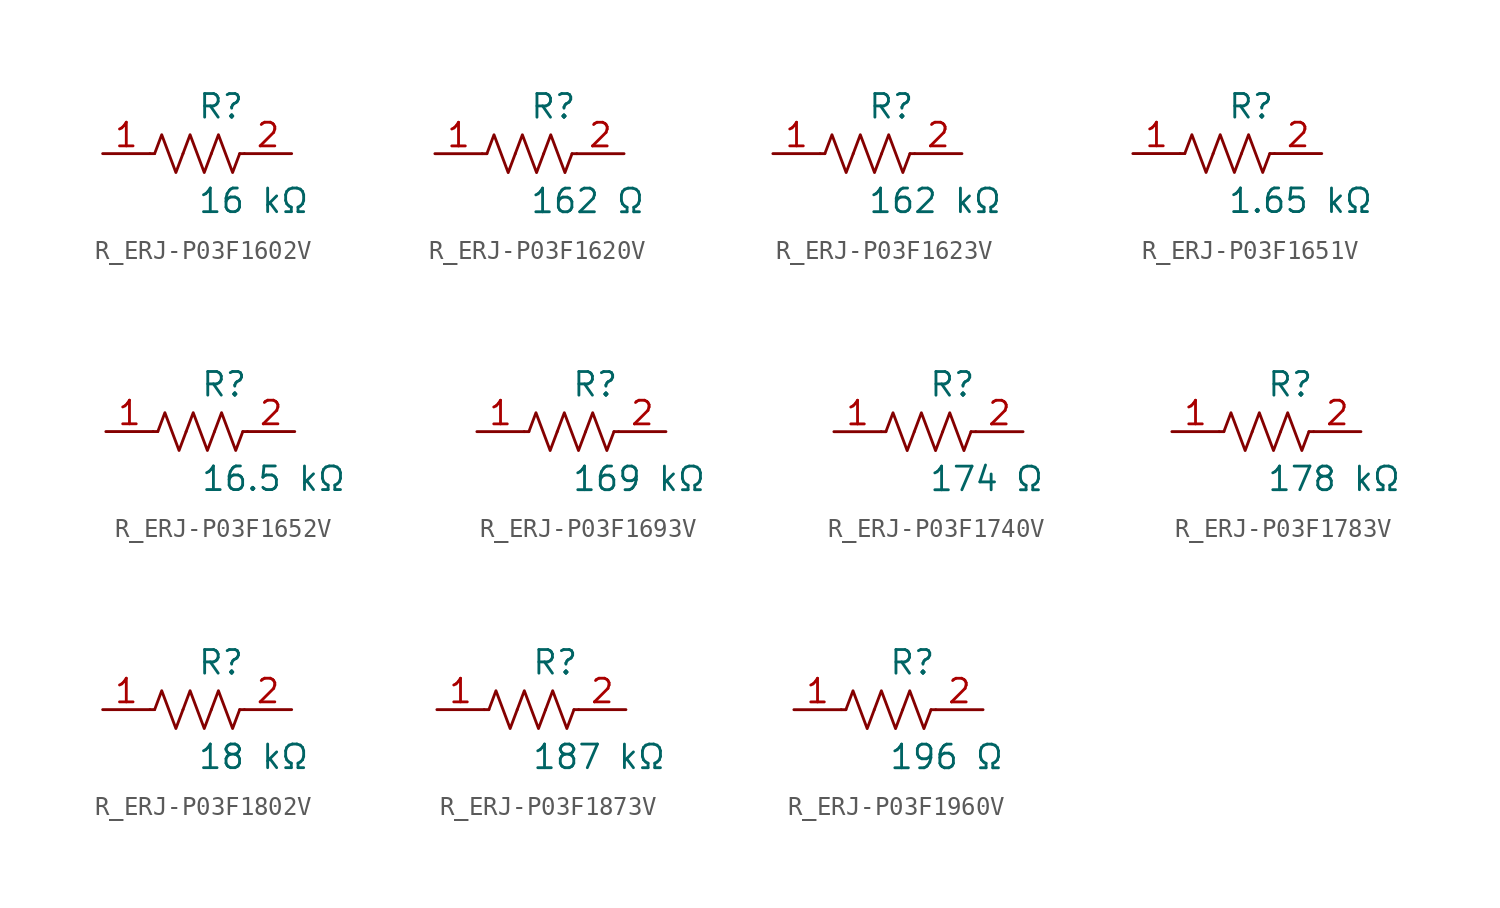
<source format=kicad_sym>
(kicad_symbol_lib
  (version 20231120)
  (generator kicad_symbol_editor)
  (generator_version 8.0)
  (symbol "R_ERJ-P03F1602V"
    (pin_names
      (offset 0.254))
    (property "Reference" "R"
      (at 0.0 2.54 0)
      (effects (font (size 1.27 1.27)) (justify left)))
    (property "Value" "16 kΩ"
      (at 0.0 -2.54 0)
      (effects (font (size 1.27 1.27)) (justify left)))
    (symbol "R_ERJ-P03F1602V_0_1"
      (polyline (pts (xy 2.286 0) (xy 2.54 0)) (stroke (width 0) (type default)) (fill (type none)))
      (polyline (pts (xy -2.286 0) (xy -2.54 0)) (stroke (width 0) (type default)) (fill (type none)))
      (polyline (pts (xy 0.762 0) (xy 1.143 1.016) (xy 1.524 0) (xy 1.905 -1.016) (xy 2.286 0)) (stroke (width 0) (type default)) (fill (type none)))
      (polyline (pts (xy -0.762 0) (xy -0.381 1.016) (xy 0 0) (xy 0.381 -1.016) (xy 0.762 0)) (stroke (width 0) (type default)) (fill (type none)))
      (polyline (pts (xy -2.286 0) (xy -1.905 1.016) (xy -1.524 0) (xy -1.143 -1.016) (xy -0.762 0)) (stroke (width 0) (type default)) (fill (type none))))
    (pin unspecified line
      (at -5.08 0 0)
      (length 2.54)
      (name "" (effects (font (size 1.27 1.27))))
      (number "1" (effects (font (size 1.27 1.27)))))
    (pin unspecified line
      (at 5.08 0 180)
      (length 2.54)
      (name "" (effects (font (size 1.27 1.27))))
      (number "2" (effects (font (size 1.27 1.27))))))
  (symbol "R_ERJ-P03F1620V"
    (pin_names
      (offset 0.254))
    (property "Reference" "R"
      (at 0.0 2.54 0)
      (effects (font (size 1.27 1.27)) (justify left)))
    (property "Value" "162 Ω"
      (at 0.0 -2.54 0)
      (effects (font (size 1.27 1.27)) (justify left)))
    (symbol "R_ERJ-P03F1620V_0_1"
      (polyline (pts (xy 2.286 0) (xy 2.54 0)) (stroke (width 0) (type default)) (fill (type none)))
      (polyline (pts (xy -2.286 0) (xy -2.54 0)) (stroke (width 0) (type default)) (fill (type none)))
      (polyline (pts (xy 0.762 0) (xy 1.143 1.016) (xy 1.524 0) (xy 1.905 -1.016) (xy 2.286 0)) (stroke (width 0) (type default)) (fill (type none)))
      (polyline (pts (xy -0.762 0) (xy -0.381 1.016) (xy 0 0) (xy 0.381 -1.016) (xy 0.762 0)) (stroke (width 0) (type default)) (fill (type none)))
      (polyline (pts (xy -2.286 0) (xy -1.905 1.016) (xy -1.524 0) (xy -1.143 -1.016) (xy -0.762 0)) (stroke (width 0) (type default)) (fill (type none))))
    (pin unspecified line
      (at -5.08 0 0)
      (length 2.54)
      (name "" (effects (font (size 1.27 1.27))))
      (number "1" (effects (font (size 1.27 1.27)))))
    (pin unspecified line
      (at 5.08 0 180)
      (length 2.54)
      (name "" (effects (font (size 1.27 1.27))))
      (number "2" (effects (font (size 1.27 1.27))))))
  (symbol "R_ERJ-P03F1623V"
    (pin_names
      (offset 0.254))
    (property "Reference" "R"
      (at 0.0 2.54 0)
      (effects (font (size 1.27 1.27)) (justify left)))
    (property "Value" "162 kΩ"
      (at 0.0 -2.54 0)
      (effects (font (size 1.27 1.27)) (justify left)))
    (symbol "R_ERJ-P03F1623V_0_1"
      (polyline (pts (xy 2.286 0) (xy 2.54 0)) (stroke (width 0) (type default)) (fill (type none)))
      (polyline (pts (xy -2.286 0) (xy -2.54 0)) (stroke (width 0) (type default)) (fill (type none)))
      (polyline (pts (xy 0.762 0) (xy 1.143 1.016) (xy 1.524 0) (xy 1.905 -1.016) (xy 2.286 0)) (stroke (width 0) (type default)) (fill (type none)))
      (polyline (pts (xy -0.762 0) (xy -0.381 1.016) (xy 0 0) (xy 0.381 -1.016) (xy 0.762 0)) (stroke (width 0) (type default)) (fill (type none)))
      (polyline (pts (xy -2.286 0) (xy -1.905 1.016) (xy -1.524 0) (xy -1.143 -1.016) (xy -0.762 0)) (stroke (width 0) (type default)) (fill (type none))))
    (pin unspecified line
      (at -5.08 0 0)
      (length 2.54)
      (name "" (effects (font (size 1.27 1.27))))
      (number "1" (effects (font (size 1.27 1.27)))))
    (pin unspecified line
      (at 5.08 0 180)
      (length 2.54)
      (name "" (effects (font (size 1.27 1.27))))
      (number "2" (effects (font (size 1.27 1.27))))))
  (symbol "R_ERJ-P03F1651V"
    (pin_names
      (offset 0.254))
    (property "Reference" "R"
      (at 0.0 2.54 0)
      (effects (font (size 1.27 1.27)) (justify left)))
    (property "Value" "1.65 kΩ"
      (at 0.0 -2.54 0)
      (effects (font (size 1.27 1.27)) (justify left)))
    (symbol "R_ERJ-P03F1651V_0_1"
      (polyline (pts (xy 2.286 0) (xy 2.54 0)) (stroke (width 0) (type default)) (fill (type none)))
      (polyline (pts (xy -2.286 0) (xy -2.54 0)) (stroke (width 0) (type default)) (fill (type none)))
      (polyline (pts (xy 0.762 0) (xy 1.143 1.016) (xy 1.524 0) (xy 1.905 -1.016) (xy 2.286 0)) (stroke (width 0) (type default)) (fill (type none)))
      (polyline (pts (xy -0.762 0) (xy -0.381 1.016) (xy 0 0) (xy 0.381 -1.016) (xy 0.762 0)) (stroke (width 0) (type default)) (fill (type none)))
      (polyline (pts (xy -2.286 0) (xy -1.905 1.016) (xy -1.524 0) (xy -1.143 -1.016) (xy -0.762 0)) (stroke (width 0) (type default)) (fill (type none))))
    (pin unspecified line
      (at -5.08 0 0)
      (length 2.54)
      (name "" (effects (font (size 1.27 1.27))))
      (number "1" (effects (font (size 1.27 1.27)))))
    (pin unspecified line
      (at 5.08 0 180)
      (length 2.54)
      (name "" (effects (font (size 1.27 1.27))))
      (number "2" (effects (font (size 1.27 1.27))))))
  (symbol "R_ERJ-P03F1652V"
    (pin_names
      (offset 0.254))
    (property "Reference" "R"
      (at 0.0 2.54 0)
      (effects (font (size 1.27 1.27)) (justify left)))
    (property "Value" "16.5 kΩ"
      (at 0.0 -2.54 0)
      (effects (font (size 1.27 1.27)) (justify left)))
    (symbol "R_ERJ-P03F1652V_0_1"
      (polyline (pts (xy 2.286 0) (xy 2.54 0)) (stroke (width 0) (type default)) (fill (type none)))
      (polyline (pts (xy -2.286 0) (xy -2.54 0)) (stroke (width 0) (type default)) (fill (type none)))
      (polyline (pts (xy 0.762 0) (xy 1.143 1.016) (xy 1.524 0) (xy 1.905 -1.016) (xy 2.286 0)) (stroke (width 0) (type default)) (fill (type none)))
      (polyline (pts (xy -0.762 0) (xy -0.381 1.016) (xy 0 0) (xy 0.381 -1.016) (xy 0.762 0)) (stroke (width 0) (type default)) (fill (type none)))
      (polyline (pts (xy -2.286 0) (xy -1.905 1.016) (xy -1.524 0) (xy -1.143 -1.016) (xy -0.762 0)) (stroke (width 0) (type default)) (fill (type none))))
    (pin unspecified line
      (at -5.08 0 0)
      (length 2.54)
      (name "" (effects (font (size 1.27 1.27))))
      (number "1" (effects (font (size 1.27 1.27)))))
    (pin unspecified line
      (at 5.08 0 180)
      (length 2.54)
      (name "" (effects (font (size 1.27 1.27))))
      (number "2" (effects (font (size 1.27 1.27))))))
  (symbol "R_ERJ-P03F1693V"
    (pin_names
      (offset 0.254))
    (property "Reference" "R"
      (at 0.0 2.54 0)
      (effects (font (size 1.27 1.27)) (justify left)))
    (property "Value" "169 kΩ"
      (at 0.0 -2.54 0)
      (effects (font (size 1.27 1.27)) (justify left)))
    (symbol "R_ERJ-P03F1693V_0_1"
      (polyline (pts (xy 2.286 0) (xy 2.54 0)) (stroke (width 0) (type default)) (fill (type none)))
      (polyline (pts (xy -2.286 0) (xy -2.54 0)) (stroke (width 0) (type default)) (fill (type none)))
      (polyline (pts (xy 0.762 0) (xy 1.143 1.016) (xy 1.524 0) (xy 1.905 -1.016) (xy 2.286 0)) (stroke (width 0) (type default)) (fill (type none)))
      (polyline (pts (xy -0.762 0) (xy -0.381 1.016) (xy 0 0) (xy 0.381 -1.016) (xy 0.762 0)) (stroke (width 0) (type default)) (fill (type none)))
      (polyline (pts (xy -2.286 0) (xy -1.905 1.016) (xy -1.524 0) (xy -1.143 -1.016) (xy -0.762 0)) (stroke (width 0) (type default)) (fill (type none))))
    (pin unspecified line
      (at -5.08 0 0)
      (length 2.54)
      (name "" (effects (font (size 1.27 1.27))))
      (number "1" (effects (font (size 1.27 1.27)))))
    (pin unspecified line
      (at 5.08 0 180)
      (length 2.54)
      (name "" (effects (font (size 1.27 1.27))))
      (number "2" (effects (font (size 1.27 1.27))))))
  (symbol "R_ERJ-P03F1740V"
    (pin_names
      (offset 0.254))
    (property "Reference" "R"
      (at 0.0 2.54 0)
      (effects (font (size 1.27 1.27)) (justify left)))
    (property "Value" "174 Ω"
      (at 0.0 -2.54 0)
      (effects (font (size 1.27 1.27)) (justify left)))
    (symbol "R_ERJ-P03F1740V_0_1"
      (polyline (pts (xy 2.286 0) (xy 2.54 0)) (stroke (width 0) (type default)) (fill (type none)))
      (polyline (pts (xy -2.286 0) (xy -2.54 0)) (stroke (width 0) (type default)) (fill (type none)))
      (polyline (pts (xy 0.762 0) (xy 1.143 1.016) (xy 1.524 0) (xy 1.905 -1.016) (xy 2.286 0)) (stroke (width 0) (type default)) (fill (type none)))
      (polyline (pts (xy -0.762 0) (xy -0.381 1.016) (xy 0 0) (xy 0.381 -1.016) (xy 0.762 0)) (stroke (width 0) (type default)) (fill (type none)))
      (polyline (pts (xy -2.286 0) (xy -1.905 1.016) (xy -1.524 0) (xy -1.143 -1.016) (xy -0.762 0)) (stroke (width 0) (type default)) (fill (type none))))
    (pin unspecified line
      (at -5.08 0 0)
      (length 2.54)
      (name "" (effects (font (size 1.27 1.27))))
      (number "1" (effects (font (size 1.27 1.27)))))
    (pin unspecified line
      (at 5.08 0 180)
      (length 2.54)
      (name "" (effects (font (size 1.27 1.27))))
      (number "2" (effects (font (size 1.27 1.27))))))
  (symbol "R_ERJ-P03F1783V"
    (pin_names
      (offset 0.254))
    (property "Reference" "R"
      (at 0.0 2.54 0)
      (effects (font (size 1.27 1.27)) (justify left)))
    (property "Value" "178 kΩ"
      (at 0.0 -2.54 0)
      (effects (font (size 1.27 1.27)) (justify left)))
    (symbol "R_ERJ-P03F1783V_0_1"
      (polyline (pts (xy 2.286 0) (xy 2.54 0)) (stroke (width 0) (type default)) (fill (type none)))
      (polyline (pts (xy -2.286 0) (xy -2.54 0)) (stroke (width 0) (type default)) (fill (type none)))
      (polyline (pts (xy 0.762 0) (xy 1.143 1.016) (xy 1.524 0) (xy 1.905 -1.016) (xy 2.286 0)) (stroke (width 0) (type default)) (fill (type none)))
      (polyline (pts (xy -0.762 0) (xy -0.381 1.016) (xy 0 0) (xy 0.381 -1.016) (xy 0.762 0)) (stroke (width 0) (type default)) (fill (type none)))
      (polyline (pts (xy -2.286 0) (xy -1.905 1.016) (xy -1.524 0) (xy -1.143 -1.016) (xy -0.762 0)) (stroke (width 0) (type default)) (fill (type none))))
    (pin unspecified line
      (at -5.08 0 0)
      (length 2.54)
      (name "" (effects (font (size 1.27 1.27))))
      (number "1" (effects (font (size 1.27 1.27)))))
    (pin unspecified line
      (at 5.08 0 180)
      (length 2.54)
      (name "" (effects (font (size 1.27 1.27))))
      (number "2" (effects (font (size 1.27 1.27))))))
  (symbol "R_ERJ-P03F1802V"
    (pin_names
      (offset 0.254))
    (property "Reference" "R"
      (at 0.0 2.54 0)
      (effects (font (size 1.27 1.27)) (justify left)))
    (property "Value" "18 kΩ"
      (at 0.0 -2.54 0)
      (effects (font (size 1.27 1.27)) (justify left)))
    (symbol "R_ERJ-P03F1802V_0_1"
      (polyline (pts (xy 2.286 0) (xy 2.54 0)) (stroke (width 0) (type default)) (fill (type none)))
      (polyline (pts (xy -2.286 0) (xy -2.54 0)) (stroke (width 0) (type default)) (fill (type none)))
      (polyline (pts (xy 0.762 0) (xy 1.143 1.016) (xy 1.524 0) (xy 1.905 -1.016) (xy 2.286 0)) (stroke (width 0) (type default)) (fill (type none)))
      (polyline (pts (xy -0.762 0) (xy -0.381 1.016) (xy 0 0) (xy 0.381 -1.016) (xy 0.762 0)) (stroke (width 0) (type default)) (fill (type none)))
      (polyline (pts (xy -2.286 0) (xy -1.905 1.016) (xy -1.524 0) (xy -1.143 -1.016) (xy -0.762 0)) (stroke (width 0) (type default)) (fill (type none))))
    (pin unspecified line
      (at -5.08 0 0)
      (length 2.54)
      (name "" (effects (font (size 1.27 1.27))))
      (number "1" (effects (font (size 1.27 1.27)))))
    (pin unspecified line
      (at 5.08 0 180)
      (length 2.54)
      (name "" (effects (font (size 1.27 1.27))))
      (number "2" (effects (font (size 1.27 1.27))))))
  (symbol "R_ERJ-P03F1873V"
    (pin_names
      (offset 0.254))
    (property "Reference" "R"
      (at 0.0 2.54 0)
      (effects (font (size 1.27 1.27)) (justify left)))
    (property "Value" "187 kΩ"
      (at 0.0 -2.54 0)
      (effects (font (size 1.27 1.27)) (justify left)))
    (symbol "R_ERJ-P03F1873V_0_1"
      (polyline (pts (xy 2.286 0) (xy 2.54 0)) (stroke (width 0) (type default)) (fill (type none)))
      (polyline (pts (xy -2.286 0) (xy -2.54 0)) (stroke (width 0) (type default)) (fill (type none)))
      (polyline (pts (xy 0.762 0) (xy 1.143 1.016) (xy 1.524 0) (xy 1.905 -1.016) (xy 2.286 0)) (stroke (width 0) (type default)) (fill (type none)))
      (polyline (pts (xy -0.762 0) (xy -0.381 1.016) (xy 0 0) (xy 0.381 -1.016) (xy 0.762 0)) (stroke (width 0) (type default)) (fill (type none)))
      (polyline (pts (xy -2.286 0) (xy -1.905 1.016) (xy -1.524 0) (xy -1.143 -1.016) (xy -0.762 0)) (stroke (width 0) (type default)) (fill (type none))))
    (pin unspecified line
      (at -5.08 0 0)
      (length 2.54)
      (name "" (effects (font (size 1.27 1.27))))
      (number "1" (effects (font (size 1.27 1.27)))))
    (pin unspecified line
      (at 5.08 0 180)
      (length 2.54)
      (name "" (effects (font (size 1.27 1.27))))
      (number "2" (effects (font (size 1.27 1.27))))))
  (symbol "R_ERJ-P03F1960V"
    (pin_names
      (offset 0.254))
    (property "Reference" "R"
      (at 0.0 2.54 0)
      (effects (font (size 1.27 1.27)) (justify left)))
    (property "Value" "196 Ω"
      (at 0.0 -2.54 0)
      (effects (font (size 1.27 1.27)) (justify left)))
    (symbol "R_ERJ-P03F1960V_0_1"
      (polyline (pts (xy 2.286 0) (xy 2.54 0)) (stroke (width 0) (type default)) (fill (type none)))
      (polyline (pts (xy -2.286 0) (xy -2.54 0)) (stroke (width 0) (type default)) (fill (type none)))
      (polyline (pts (xy 0.762 0) (xy 1.143 1.016) (xy 1.524 0) (xy 1.905 -1.016) (xy 2.286 0)) (stroke (width 0) (type default)) (fill (type none)))
      (polyline (pts (xy -0.762 0) (xy -0.381 1.016) (xy 0 0) (xy 0.381 -1.016) (xy 0.762 0)) (stroke (width 0) (type default)) (fill (type none)))
      (polyline (pts (xy -2.286 0) (xy -1.905 1.016) (xy -1.524 0) (xy -1.143 -1.016) (xy -0.762 0)) (stroke (width 0) (type default)) (fill (type none))))
    (pin unspecified line
      (at -5.08 0 0)
      (length 2.54)
      (name "" (effects (font (size 1.27 1.27))))
      (number "1" (effects (font (size 1.27 1.27)))))
    (pin unspecified line
      (at 5.08 0 180)
      (length 2.54)
      (name "" (effects (font (size 1.27 1.27))))
      (number "2" (effects (font (size 1.27 1.27)))))))
</source>
